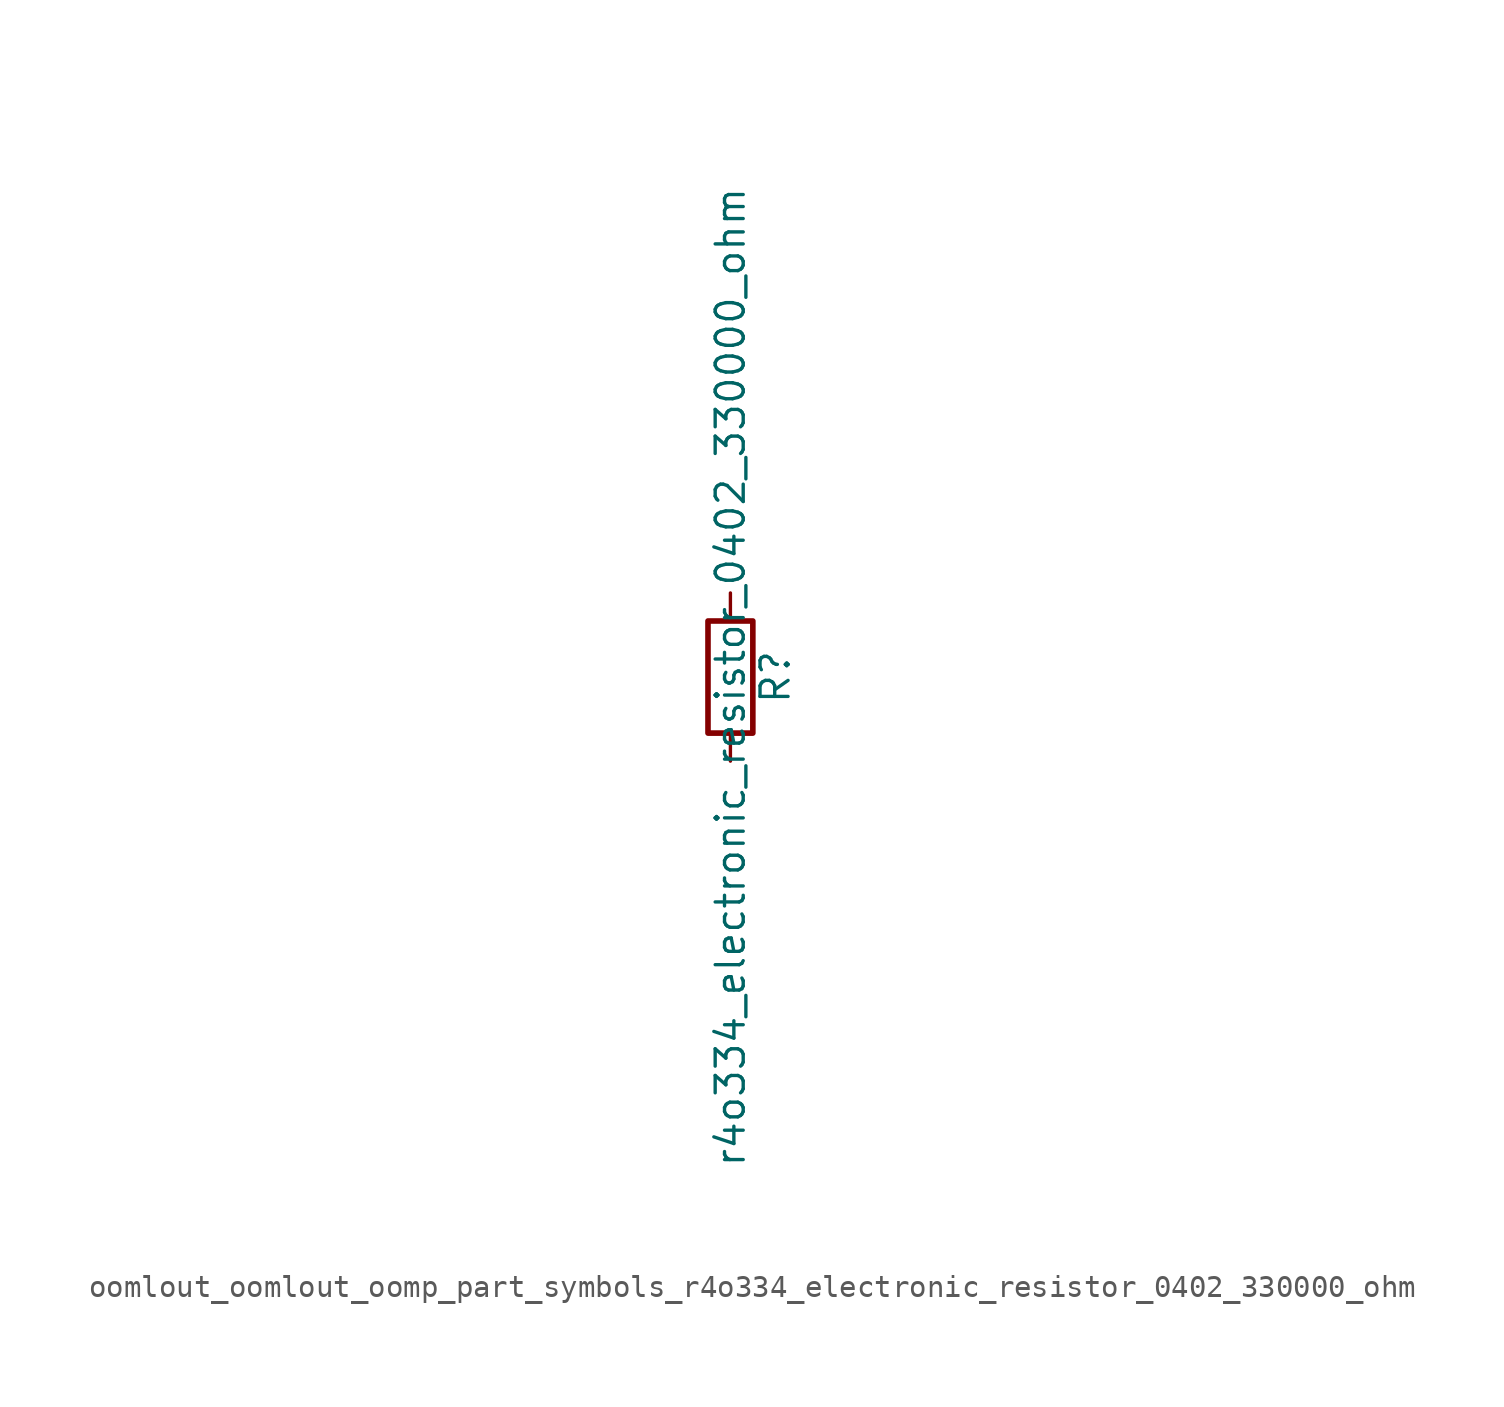
<source format=kicad_sym>
(kicad_symbol_lib
  (version 20220914)
  (generator kicad_symbol_editor)
  (symbol "oomlout_oomlout_oomp_part_symbols_r4o334_electronic_resistor_0402_330000_ohm"
    (pin_numbers hide)
    (pin_names
      (offset 0))
    (property "Reference" "R"
      (at 2.032 0 90)
      (effects (font (size 1.27 1.27))))
    (property "Value" "r4o334_electronic_resistor_0402_330000_ohm"
      (at 0 0 90)
      (effects (font (size 1.27 1.27))))
    (symbol "oomlout_oomlout_oomp_part_symbols_r4o334_electronic_resistor_0402_330000_ohm_0_1"
      (rectangle (start -1.016 -2.54) (end 1.016 2.54) (stroke (width 0.254) (type default)) (fill (type none))))
    (symbol "oomlout_oomlout_oomp_part_symbols_r4o334_electronic_resistor_0402_330000_ohm_1_1"
      (pin passive line (at 0 3.81 270) (length 1.27) (name "~" (effects (font (size 1.27 1.27)))) (number "1" (effects (font (size 1.27 1.27)))))
      (pin passive line (at 0 -3.81 90) (length 1.27) (name "~" (effects (font (size 1.27 1.27)))) (number "2" (effects (font (size 1.27 1.27))))))))
</source>
